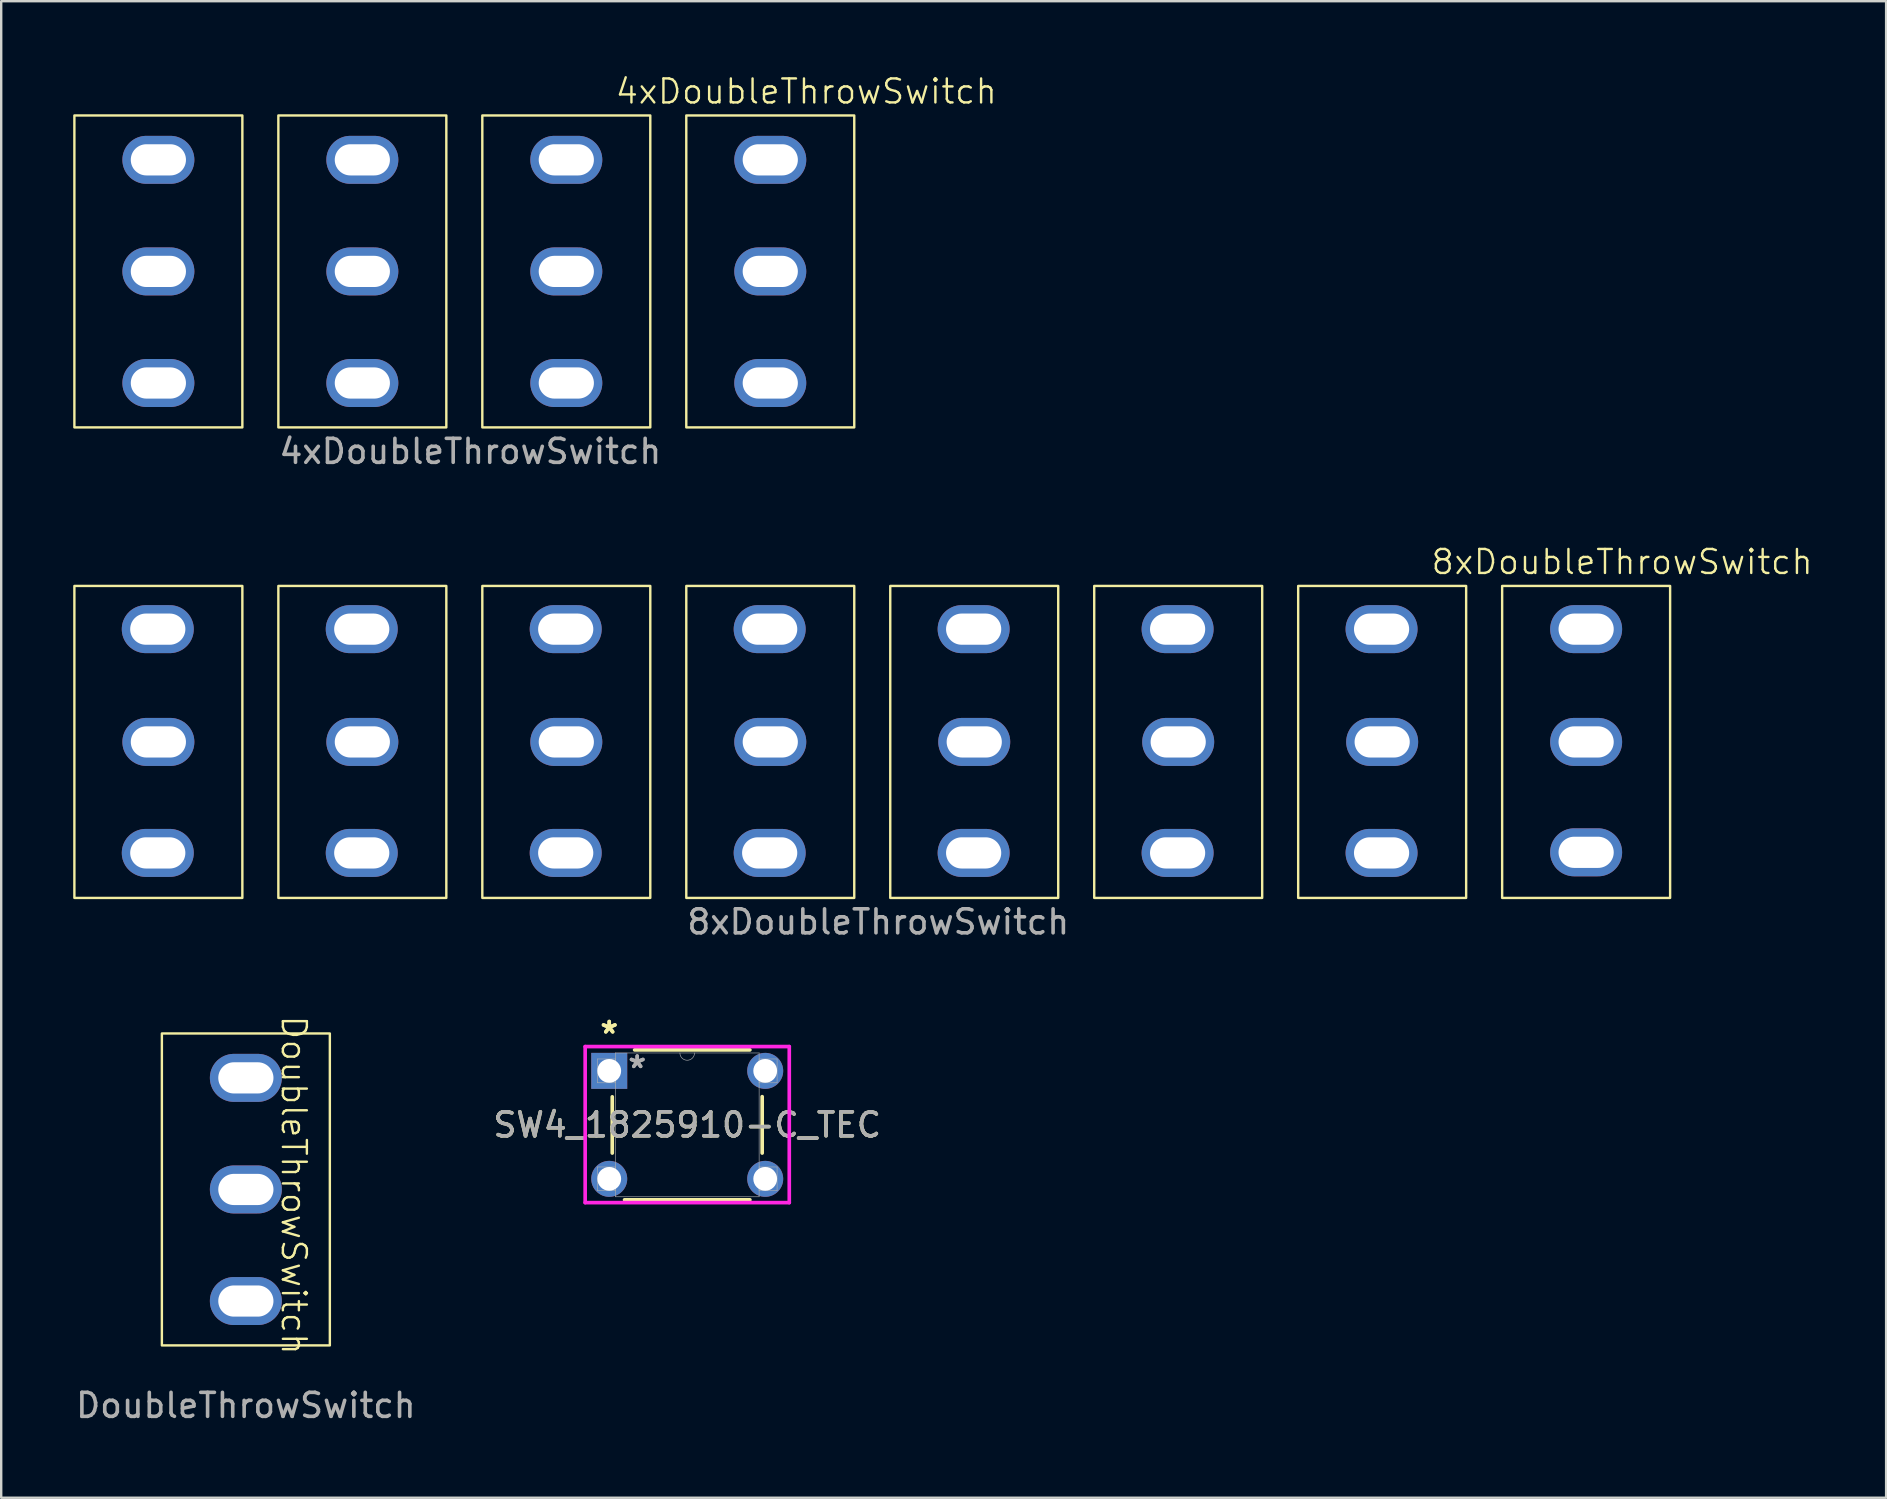
<source format=kicad_pcb>
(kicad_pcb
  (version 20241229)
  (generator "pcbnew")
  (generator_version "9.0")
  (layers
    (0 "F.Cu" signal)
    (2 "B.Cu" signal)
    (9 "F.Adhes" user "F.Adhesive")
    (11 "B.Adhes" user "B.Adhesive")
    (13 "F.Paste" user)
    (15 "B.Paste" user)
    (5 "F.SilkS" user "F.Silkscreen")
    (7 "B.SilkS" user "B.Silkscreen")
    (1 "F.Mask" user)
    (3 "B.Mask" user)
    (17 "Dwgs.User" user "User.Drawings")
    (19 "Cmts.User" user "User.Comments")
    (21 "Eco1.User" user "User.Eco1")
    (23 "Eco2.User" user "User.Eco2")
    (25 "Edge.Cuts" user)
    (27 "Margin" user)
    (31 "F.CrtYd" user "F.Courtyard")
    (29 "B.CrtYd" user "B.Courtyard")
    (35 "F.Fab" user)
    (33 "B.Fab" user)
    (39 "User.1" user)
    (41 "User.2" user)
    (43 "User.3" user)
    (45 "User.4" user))
  (footprint "SW4_1825910-C_TEC"
    (layer "F.Cu")
    (at 28.839 46.077)
    (property "Reference" "SW4_1825910-C_TEC" (at -3.25 -2.25 0) (unlocked yes) (layer "F.SilkS") (effects (font (size 1 1) (thickness 0.15))))
    (attr through_hole)
    (fp_line (start -6.374 -3.418) (end -6.374 -1.075) (stroke (width 0.152) (type solid)) (layer "F.SilkS"))
    (fp_line (start -5.862 0.874) (end -0.638 0.874) (stroke (width 0.152) (type solid)) (layer "F.SilkS"))
    (fp_line (start -0.638 -5.374) (end -5.442 -5.374) (stroke (width 0.152) (type solid)) (layer "F.SilkS"))
    (fp_line (start -0.126 -1.075) (end -0.126 -3.425) (stroke (width 0.152) (type solid)) (layer "F.SilkS"))
    (fp_line (start -7.503 -5.512) (end 1.003 -5.512) (stroke (width 0.152) (type solid)) (layer "F.CrtYd"))
    (fp_line (start -7.503 0.991) (end -7.503 -5.512) (stroke (width 0.152) (type solid)) (layer "F.CrtYd"))
    (fp_line (start 1.003 -5.512) (end 1.003 0.991) (stroke (width 0.152) (type solid)) (layer "F.CrtYd"))
    (fp_line (start 1.003 0.991) (end -7.503 0.991) (stroke (width 0.152) (type solid)) (layer "F.CrtYd"))
    (fp_line (start -6.995 -4.995) (end -6.995 -4.005) (stroke (width 0.025) (type solid)) (layer "F.Fab"))
    (fp_line (start -6.995 -4.005) (end -6.247 -4.005) (stroke (width 0.025) (type solid)) (layer "F.Fab"))
    (fp_line (start -6.995 -0.495) (end -6.995 0.495) (stroke (width 0.025) (type solid)) (layer "F.Fab"))
    (fp_line (start -6.995 0.495) (end -6.247 0.495) (stroke (width 0.025) (type solid)) (layer "F.Fab"))
    (fp_line (start -6.247 -5.247) (end -6.247 0.747) (stroke (width 0.025) (type solid)) (layer "F.Fab"))
    (fp_line (start -6.247 -4.995) (end -6.995 -4.995) (stroke (width 0.025) (type solid)) (layer "F.Fab"))
    (fp_line (start -6.247 -4.005) (end -6.247 -4.995) (stroke (width 0.025) (type solid)) (layer "F.Fab"))
    (fp_line (start -6.247 -0.495) (end -6.995 -0.495) (stroke (width 0.025) (type solid)) (layer "F.Fab"))
    (fp_line (start -6.247 0.495) (end -6.247 -0.495) (stroke (width 0.025) (type solid)) (layer "F.Fab"))
    (fp_line (start -6.247 0.747) (end -0.253 0.747) (stroke (width 0.025) (type solid)) (layer "F.Fab"))
    (fp_line (start -0.253 -5.247) (end -6.247 -5.247) (stroke (width 0.025) (type solid)) (layer "F.Fab"))
    (fp_line (start -0.253 -4.995) (end -0.253 -4.005) (stroke (width 0.025) (type solid)) (layer "F.Fab"))
    (fp_line (start -0.253 -4.005) (end 0.495 -4.005) (stroke (width 0.025) (type solid)) (layer "F.Fab"))
    (fp_line (start -0.253 -0.495) (end -0.253 0.495) (stroke (width 0.025) (type solid)) (layer "F.Fab"))
    (fp_line (start -0.253 0.495) (end 0.495 0.495) (stroke (width 0.025) (type solid)) (layer "F.Fab"))
    (fp_line (start -0.253 0.747) (end -0.253 -5.247) (stroke (width 0.025) (type solid)) (layer "F.Fab"))
    (fp_line (start 0.495 -4.995) (end -0.253 -4.995) (stroke (width 0.025) (type solid)) (layer "F.Fab"))
    (fp_line (start 0.495 -4.005) (end 0.495 -4.995) (stroke (width 0.025) (type solid)) (layer "F.Fab"))
    (fp_line (start 0.495 -0.495) (end -0.253 -0.495) (stroke (width 0.025) (type solid)) (layer "F.Fab"))
    (fp_line (start 0.495 0.495) (end 0.495 -0.495) (stroke (width 0.025) (type solid)) (layer "F.Fab"))
    (fp_arc (start -2.9452 -5.247201) (mid -3.25 -4.942401) (end -3.5548 -5.247201) (stroke (width 0.0254) (type solid)) (layer "F.Fab"))
    (fp_text user "*" (at -6.5 -6.011 0) (layer "F.SilkS") (effects (font (size 1 1) (thickness 0.15))))
    (fp_text user "*" (at -6.5 -6.011 0) (unlocked yes) (layer "F.SilkS") (effects (font (size 1 1) (thickness 0.15))))
    (fp_text user "*" (at -5.334 -4.572 0) (unlocked yes) (layer "F.Fab") (effects (font (size 1 1) (thickness 0.15))))
    (fp_text user "*" (at -5.334 -4.572 0) (layer "F.Fab") (effects (font (size 1 1) (thickness 0.15))))
    (fp_text user "${REFERENCE}" (at -3.25 -2.25 0) (unlocked yes) (layer "F.Fab") (effects (font (size 1 1) (thickness 0.15))))
    (pad "1" thru_hole rect (at -6.5 -4.5) (size 1.499 1.499) (drill 0.991) (layers "*.Cu" "*.Mask"))
    (pad "2" thru_hole circle (at 0 -4.5) (size 1.499 1.499) (drill 0.991) (layers "*.Cu" "*.Mask"))
    (pad "3" thru_hole circle (at -6.5 0) (size 1.499 1.499) (drill 0.991) (layers "*.Cu" "*.Mask"))
    (pad "4" thru_hole circle (at 0 0) (size 1.499 1.499) (drill 0.991) (layers "*.Cu" "*.Mask")))
  (footprint "8xDoubleThrowSwitch"
    (layer "F.Cu")
    (at 33.3 27.869)
    (property "Reference" "8xDoubleThrowSwitch" (at 31.25 -7.5 0) (unlocked yes) (layer "F.SilkS") (effects (font (size 1 1) (thickness 0.1))))
    (attr through_hole)
    (fp_rect (start -33.25 -6.5) (end -26.25 6.5) (stroke (width 0.1) (type default)) (fill no) (layer "F.SilkS"))
    (fp_rect (start -24.75 -6.5) (end -17.75 6.5) (stroke (width 0.1) (type default)) (fill no) (layer "F.SilkS"))
    (fp_rect (start -16.25 -6.5) (end -9.25 6.5) (stroke (width 0.1) (type default)) (fill no) (layer "F.SilkS"))
    (fp_rect (start -7.75 -6.5) (end -0.75 6.5) (stroke (width 0.1) (type default)) (fill no) (layer "F.SilkS"))
    (fp_rect (start 0.75 -6.5) (end 7.75 6.5) (stroke (width 0.1) (type default)) (fill no) (layer "F.SilkS"))
    (fp_rect (start 9.25 -6.5) (end 16.25 6.5) (stroke (width 0.1) (type default)) (fill no) (layer "F.SilkS"))
    (fp_rect (start 17.75 -6.5) (end 24.75 6.5) (stroke (width 0.1) (type default)) (fill no) (layer "F.SilkS"))
    (fp_rect (start 26.25 -6.5) (end 33.25 6.5) (stroke (width 0.1) (type default)) (fill no) (layer "F.SilkS"))
    (fp_text user "${REFERENCE}" (at 0.25 7.5 0) (unlocked yes) (layer "F.Fab") (effects (font (size 1 1) (thickness 0.15))))
    (pad "1" thru_hole oval (at -29.775 -4.7 90) (size 2 3) (drill oval 1.3 2.3) (layers "*.Cu" "*.Mask"))
    (pad "2" thru_hole oval (at -29.75 0 90) (size 2 3) (drill oval 1.3 2.3) (layers "*.Cu" "*.Mask"))
    (pad "3" thru_hole oval (at -29.775 4.625 90) (size 2 3) (drill oval 1.3 2.3) (layers "*.Cu" "*.Mask"))
    (pad "4" thru_hole oval (at -21.275 -4.7 90) (size 2 3) (drill oval 1.3 2.3) (layers "*.Cu" "*.Mask"))
    (pad "5" thru_hole oval (at -21.25 0 90) (size 2 3) (drill oval 1.3 2.3) (layers "*.Cu" "*.Mask"))
    (pad "6" thru_hole oval (at -21.275 4.625 90) (size 2 3) (drill oval 1.3 2.3) (layers "*.Cu" "*.Mask"))
    (pad "7" thru_hole oval (at -12.775 -4.7 90) (size 2 3) (drill oval 1.3 2.3) (layers "*.Cu" "*.Mask"))
    (pad "8" thru_hole oval (at -12.75 0 90) (size 2 3) (drill oval 1.3 2.3) (layers "*.Cu" "*.Mask"))
    (pad "9" thru_hole oval (at -12.775 4.625 90) (size 2 3) (drill oval 1.3 2.3) (layers "*.Cu" "*.Mask"))
    (pad "10" thru_hole oval (at -4.275 -4.7 90) (size 2 3) (drill oval 1.3 2.3) (layers "*.Cu" "*.Mask"))
    (pad "11" thru_hole oval (at -4.25 0 90) (size 2 3) (drill oval 1.3 2.3) (layers "*.Cu" "*.Mask"))
    (pad "12" thru_hole oval (at -4.275 4.625 90) (size 2 3) (drill oval 1.3 2.3) (layers "*.Cu" "*.Mask"))
    (pad "13" thru_hole oval (at 4.225 -4.7 90) (size 2 3) (drill oval 1.3 2.3) (layers "*.Cu" "*.Mask"))
    (pad "14" thru_hole oval (at 4.25 0 90) (size 2 3) (drill oval 1.3 2.3) (layers "*.Cu" "*.Mask"))
    (pad "15" thru_hole oval (at 4.225 4.625 90) (size 2 3) (drill oval 1.3 2.3) (layers "*.Cu" "*.Mask"))
    (pad "16" thru_hole oval (at 12.725 -4.7 90) (size 2 3) (drill oval 1.3 2.3) (layers "*.Cu" "*.Mask"))
    (pad "17" thru_hole oval (at 12.75 0 90) (size 2 3) (drill oval 1.3 2.3) (layers "*.Cu" "*.Mask"))
    (pad "18" thru_hole oval (at 12.725 4.625 90) (size 2 3) (drill oval 1.3 2.3) (layers "*.Cu" "*.Mask"))
    (pad "19" thru_hole oval (at 21.225 -4.7 90) (size 2 3) (drill oval 1.3 2.3) (layers "*.Cu" "*.Mask"))
    (pad "20" thru_hole oval (at 21.25 0 90) (size 2 3) (drill oval 1.3 2.3) (layers "*.Cu" "*.Mask"))
    (pad "21" thru_hole oval (at 21.225 4.625 90) (size 2 3) (drill oval 1.3 2.3) (layers "*.Cu" "*.Mask"))
    (pad "22" thru_hole oval (at 29.75 -4.7 90) (size 2 3) (drill oval 1.3 2.3) (layers "*.Cu" "*.Mask"))
    (pad "23" thru_hole oval (at 29.75 0 90) (size 2 3) (drill oval 1.3 2.3) (layers "*.Cu" "*.Mask"))
    (pad "24" thru_hole oval (at 29.75 4.6 90) (size 2 3) (drill oval 1.3 2.3) (layers "*.Cu" "*.Mask"))
    (zone (net_name "") (layer "Margin") (hatch edge 0.5) (connect_pads) (min_thickness 0.25) (filled_areas_thickness no) (keepout (tracks allowed) (vias allowed) (pads allowed) (copperpour allowed) (footprints not_allowed)) (placement (enabled no)) (fill) (polygon (pts (xy 0.05 21.369) (xy 7.05 21.369) (xy 7.05 34.369) (xy 0.05 34.369))))
    (zone (net_name "") (layer "Margin") (hatch edge 0.5) (connect_pads) (min_thickness 0.25) (filled_areas_thickness no) (keepout (tracks allowed) (vias allowed) (pads allowed) (copperpour allowed) (footprints not_allowed)) (placement (enabled no)) (fill) (polygon (pts (xy 8.55 21.269) (xy 15.55 21.269) (xy 15.55 34.269) (xy 8.55 34.269))))
    (zone (net_name "") (layer "Margin") (hatch edge 0.5) (connect_pads) (min_thickness 0.25) (filled_areas_thickness no) (keepout (tracks allowed) (vias allowed) (pads allowed) (copperpour allowed) (footprints not_allowed)) (placement (enabled no)) (fill) (polygon (pts (xy 17.05 21.369) (xy 24.05 21.369) (xy 24.05 34.369) (xy 17.05 34.369))))
    (zone (net_name "") (layer "Margin") (hatch edge 0.5) (connect_pads) (min_thickness 0.25) (filled_areas_thickness no) (keepout (tracks allowed) (vias allowed) (pads allowed) (copperpour allowed) (footprints not_allowed)) (placement (enabled no)) (fill) (polygon (pts (xy 25.55 21.369) (xy 32.55 21.369) (xy 32.55 34.369) (xy 25.55 34.369))))
    (zone (net_name "") (layer "Margin") (hatch edge 0.5) (connect_pads) (min_thickness 0.25) (filled_areas_thickness no) (keepout (tracks allowed) (vias allowed) (pads allowed) (copperpour allowed) (footprints not_allowed)) (placement (enabled no)) (fill) (polygon (pts (xy 34.05 21.369) (xy 41.05 21.369) (xy 41.05 34.369) (xy 34.05 34.369))))
    (zone (net_name "") (layer "Margin") (hatch edge 0.5) (connect_pads) (min_thickness 0.25) (filled_areas_thickness no) (keepout (tracks allowed) (vias allowed) (pads allowed) (copperpour allowed) (footprints not_allowed)) (placement (enabled no)) (fill) (polygon (pts (xy 42.55 21.369) (xy 49.55 21.369) (xy 49.55 34.369) (xy 42.55 34.369))))
    (zone (net_name "") (layer "Margin") (hatch edge 0.5) (connect_pads) (min_thickness 0.25) (filled_areas_thickness no) (keepout (tracks allowed) (vias allowed) (pads allowed) (copperpour allowed) (footprints not_allowed)) (placement (enabled no)) (fill) (polygon (pts (xy 51.05 21.369) (xy 58.05 21.369) (xy 58.05 34.369) (xy 51.05 34.369))))
    (zone (net_name "") (layer "Margin") (hatch edge 0.5) (connect_pads) (min_thickness 0.25) (filled_areas_thickness no) (keepout (tracks allowed) (vias allowed) (pads allowed) (copperpour allowed) (footprints not_allowed)) (placement (enabled no)) (fill) (polygon (pts (xy 59.55 21.369) (xy 66.55 21.369) (xy 66.55 34.369) (xy 59.55 34.369)))))
  (footprint "DoubleThrowSwitch"
    (layer "F.Cu")
    (at 7.196 46.519)
    (property "Reference" "DoubleThrowSwitch" (at 2 -0.18 270) (unlocked yes) (layer "F.SilkS") (effects (font (size 1 1) (thickness 0.1))))
    (attr through_hole)
    (fp_rect (start -3.5 -6.5) (end 3.5 6.5) (stroke (width 0.1) (type default)) (fill no) (layer "F.SilkS"))
    (fp_text user "${REFERENCE}" (at 0 9 0) (unlocked yes) (layer "F.Fab") (effects (font (size 1 1) (thickness 0.15))))
    (pad "1" thru_hole oval (at 0 -4.65 90) (size 2 3) (drill oval 1.3 2.3) (layers "*.Cu" "*.Mask"))
    (pad "2" thru_hole oval (at 0 0 90) (size 2 3) (drill oval 1.3 2.3) (layers "*.Cu" "*.Mask"))
    (pad "3" thru_hole oval (at 0 4.65 90) (size 2 3) (drill oval 1.3 2.3) (layers "*.Cu" "*.Mask"))
    (zone (net_name "") (layer "Margin") (hatch edge 0.5) (connect_pads) (min_thickness 0.25) (filled_areas_thickness no) (keepout (tracks allowed) (vias allowed) (pads allowed) (copperpour allowed) (footprints not_allowed)) (placement (enabled no)) (fill) (polygon (pts (xy 3.696 40.019) (xy 10.696 40.019) (xy 10.696 53.019) (xy 3.696 53.019)))))
  (footprint "4xDoubleThrowSwitch"
    (layer "F.Cu")
    (at 16.3 8.261)
    (property "Reference" "4xDoubleThrowSwitch" (at 14.25 -7.5 0) (unlocked yes) (layer "F.SilkS") (effects (font (size 1 1) (thickness 0.1))))
    (attr smd)
    (fp_rect (start -16.25 -6.5) (end -9.25 6.5) (stroke (width 0.1) (type default)) (fill no) (layer "F.SilkS"))
    (fp_rect (start -7.75 -6.5) (end -0.75 6.5) (stroke (width 0.1) (type default)) (fill no) (layer "F.SilkS"))
    (fp_rect (start 0.75 -6.5) (end 7.75 6.5) (stroke (width 0.1) (type default)) (fill no) (layer "F.SilkS"))
    (fp_rect (start 9.25 -6.5) (end 16.25 6.5) (stroke (width 0.1) (type default)) (fill no) (layer "F.SilkS"))
    (fp_text user "${REFERENCE}" (at 0.25 7.5 0) (unlocked yes) (layer "F.Fab") (effects (font (size 1 1) (thickness 0.15))))
    (pad "1" thru_hole oval (at -12.75 -4.65 90) (size 2 3) (drill oval 1.3 2.3) (layers "*.Cu" "*.Mask"))
    (pad "2" thru_hole oval (at -12.75 0 90) (size 2 3) (drill oval 1.3 2.3) (layers "*.Cu" "*.Mask"))
    (pad "3" thru_hole oval (at -12.75 4.65 90) (size 2 3) (drill oval 1.3 2.3) (layers "*.Cu" "*.Mask"))
    (pad "4" thru_hole oval (at -4.25 -4.65 90) (size 2 3) (drill oval 1.3 2.3) (layers "*.Cu" "*.Mask"))
    (pad "5" thru_hole oval (at -4.25 0 90) (size 2 3) (drill oval 1.3 2.3) (layers "*.Cu" "*.Mask"))
    (pad "6" thru_hole oval (at -4.25 4.65 90) (size 2 3) (drill oval 1.3 2.3) (layers "*.Cu" "*.Mask"))
    (pad "7" thru_hole oval (at 4.25 -4.65 90) (size 2 3) (drill oval 1.3 2.3) (layers "*.Cu" "*.Mask"))
    (pad "8" thru_hole oval (at 4.25 0 90) (size 2 3) (drill oval 1.3 2.3) (layers "*.Cu" "*.Mask"))
    (pad "9" thru_hole oval (at 4.25 4.65 90) (size 2 3) (drill oval 1.3 2.3) (layers "*.Cu" "*.Mask"))
    (pad "10" thru_hole oval (at 12.75 -4.65 90) (size 2 3) (drill oval 1.3 2.3) (layers "*.Cu" "*.Mask"))
    (pad "11" thru_hole oval (at 12.75 0 90) (size 2 3) (drill oval 1.3 2.3) (layers "*.Cu" "*.Mask"))
    (pad "12" thru_hole oval (at 12.75 4.65 90) (size 2 3) (drill oval 1.3 2.3) (layers "*.Cu" "*.Mask"))
    (zone (net_name "") (layer "Margin") (hatch edge 0.5) (connect_pads) (min_thickness 0.25) (filled_areas_thickness no) (keepout (tracks allowed) (vias allowed) (pads allowed) (copperpour allowed) (footprints not_allowed)) (placement (enabled no)) (fill) (polygon (pts (xy 0.05 1.76) (xy 7.05 1.76) (xy 7.05 14.761) (xy 0.05 14.761))))
    (zone (net_name "") (layer "Margin") (hatch edge 0.5) (connect_pads) (min_thickness 0.25) (filled_areas_thickness no) (keepout (tracks allowed) (vias allowed) (pads allowed) (copperpour allowed) (footprints not_allowed)) (placement (enabled no)) (fill) (polygon (pts (xy 8.55 1.76) (xy 15.55 1.76) (xy 15.55 14.761) (xy 8.55 14.761))))
    (zone (net_name "") (layer "Margin") (hatch edge 0.5) (connect_pads) (min_thickness 0.25) (filled_areas_thickness no) (keepout (tracks allowed) (vias allowed) (pads allowed) (copperpour allowed) (footprints not_allowed)) (placement (enabled no)) (fill) (polygon (pts (xy 17.05 1.76) (xy 24.05 1.76) (xy 24.05 14.761) (xy 17.05 14.761))))
    (zone (net_name "") (layer "Margin") (hatch edge 0.5) (connect_pads) (min_thickness 0.25) (filled_areas_thickness no) (keepout (tracks allowed) (vias allowed) (pads allowed) (copperpour allowed) (footprints not_allowed)) (placement (enabled no)) (fill) (polygon (pts (xy 25.55 1.76) (xy 32.55 1.76) (xy 32.55 14.761) (xy 25.55 14.761)))))
  (gr_rect
    (start -3 -3)
    (end 75.552 59.367)
    (stroke (width 0.1) (type default))
    (fill no)
    (layer "Edge.Cuts")))
</source>
